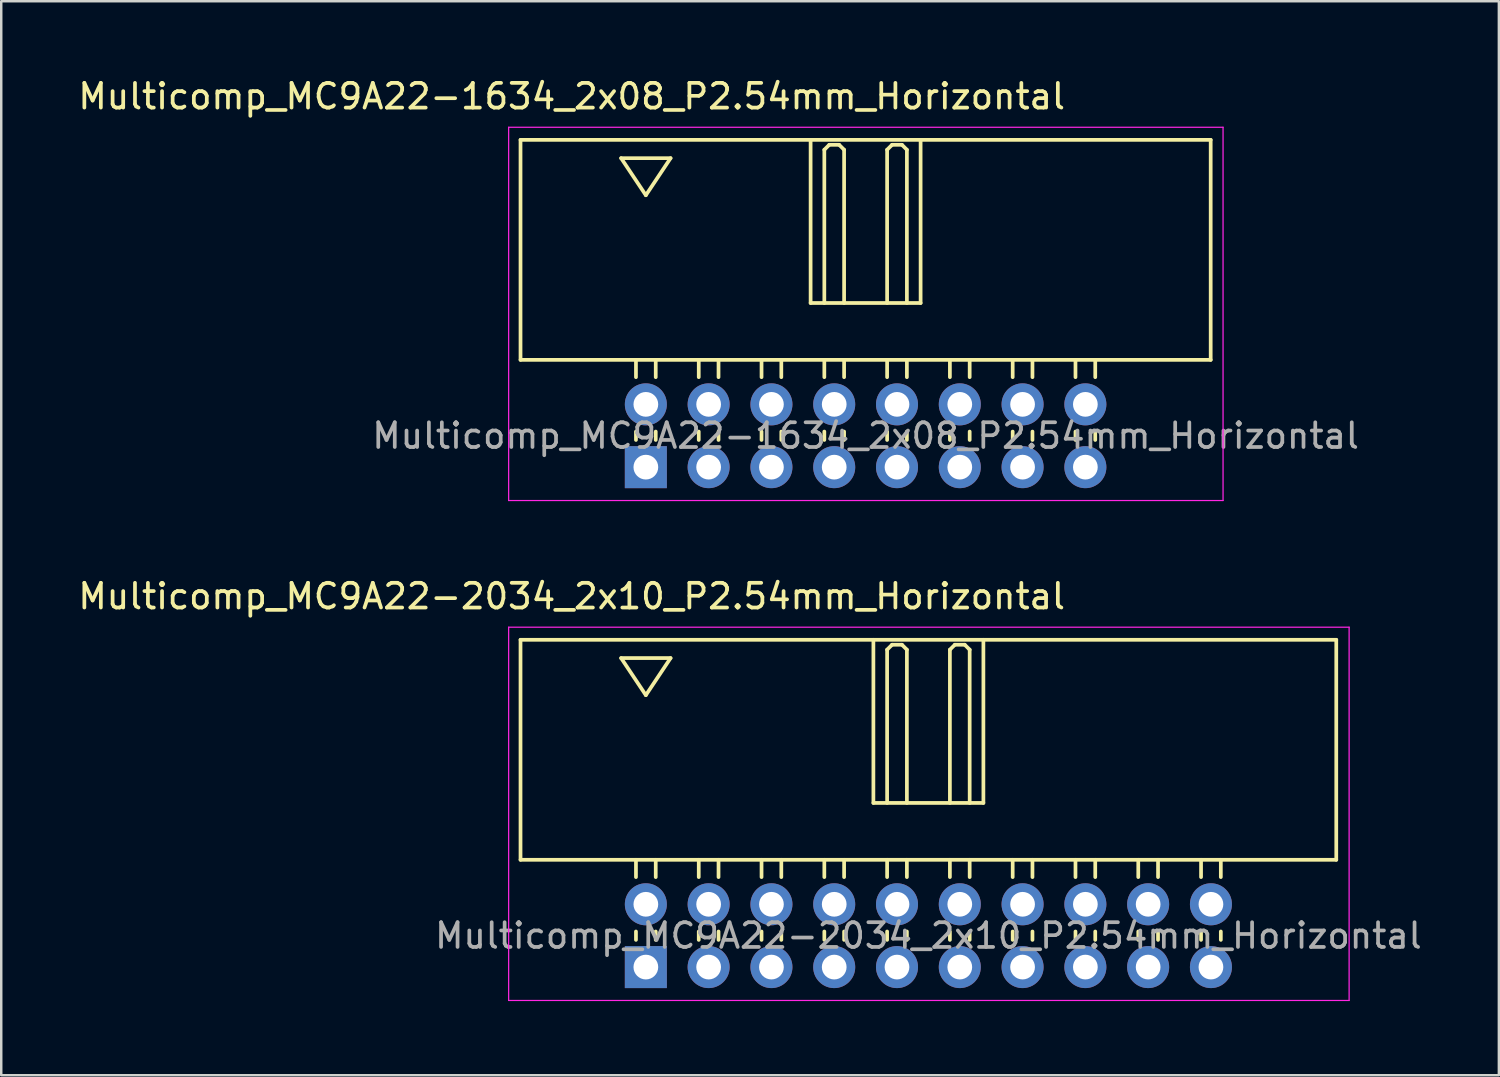
<source format=kicad_pcb>
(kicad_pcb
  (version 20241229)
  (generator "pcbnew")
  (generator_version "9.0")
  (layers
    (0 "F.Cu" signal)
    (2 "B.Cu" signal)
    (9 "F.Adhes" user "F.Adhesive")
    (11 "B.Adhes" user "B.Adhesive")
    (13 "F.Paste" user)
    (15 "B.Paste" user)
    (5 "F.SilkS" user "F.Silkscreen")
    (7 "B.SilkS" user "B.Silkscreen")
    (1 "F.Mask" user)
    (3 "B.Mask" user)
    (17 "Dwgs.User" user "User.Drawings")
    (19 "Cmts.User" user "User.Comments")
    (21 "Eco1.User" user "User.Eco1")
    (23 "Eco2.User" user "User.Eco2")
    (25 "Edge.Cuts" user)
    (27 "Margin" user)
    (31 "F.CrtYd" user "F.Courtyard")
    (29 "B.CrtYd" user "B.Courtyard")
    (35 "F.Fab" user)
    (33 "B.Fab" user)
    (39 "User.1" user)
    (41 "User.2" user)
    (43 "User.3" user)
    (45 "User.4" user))
  (footprint "Multicomp_MC9A22-1634_2x08_P2.54mm_Horizontal"
    (layer "F.Cu")
    (at 23.077 15.848)
    (property "Reference" "Multicomp_MC9A22-1634_2x08_P2.54mm_Horizontal" (at -3 -15 0) (layer "F.SilkS") (effects (font (size 1 1) (thickness 0.15))))
    (attr through_hole)
    (fp_line (start -5.07 -13.24) (end 22.85 -13.24) (stroke (width 0.15) (type solid)) (layer "F.SilkS"))
    (fp_line (start -5.07 -4.34) (end -5.07 -13.24) (stroke (width 0.15) (type solid)) (layer "F.SilkS"))
    (fp_line (start -1 -12.5) (end 1 -12.5) (stroke (width 0.15) (type solid)) (layer "F.SilkS"))
    (fp_line (start -0.4 -3.64) (end -0.4 -4.34) (stroke (width 0.15) (type solid)) (layer "F.SilkS"))
    (fp_line (start -0.4 -1.1) (end -0.4 -1.44) (stroke (width 0.15) (type solid)) (layer "F.SilkS"))
    (fp_line (start 0 -11) (end -1 -12.5) (stroke (width 0.15) (type solid)) (layer "F.SilkS"))
    (fp_line (start 0.4 -3.64) (end 0.4 -4.34) (stroke (width 0.15) (type solid)) (layer "F.SilkS"))
    (fp_line (start 0.4 -1.1) (end 0.4 -1.44) (stroke (width 0.15) (type solid)) (layer "F.SilkS"))
    (fp_line (start 1 -12.5) (end 0 -11) (stroke (width 0.15) (type solid)) (layer "F.SilkS"))
    (fp_line (start 2.14 -3.64) (end 2.14 -4.34) (stroke (width 0.15) (type solid)) (layer "F.SilkS"))
    (fp_line (start 2.14 -1.1) (end 2.14 -1.44) (stroke (width 0.15) (type solid)) (layer "F.SilkS"))
    (fp_line (start 2.94 -3.64) (end 2.94 -4.34) (stroke (width 0.15) (type solid)) (layer "F.SilkS"))
    (fp_line (start 2.94 -1.1) (end 2.94 -1.44) (stroke (width 0.15) (type solid)) (layer "F.SilkS"))
    (fp_line (start 4.68 -3.64) (end 4.68 -4.34) (stroke (width 0.15) (type solid)) (layer "F.SilkS"))
    (fp_line (start 4.68 -1.1) (end 4.68 -1.44) (stroke (width 0.15) (type solid)) (layer "F.SilkS"))
    (fp_line (start 5.48 -3.64) (end 5.48 -4.34) (stroke (width 0.15) (type solid)) (layer "F.SilkS"))
    (fp_line (start 5.48 -1.1) (end 5.48 -1.44) (stroke (width 0.15) (type solid)) (layer "F.SilkS"))
    (fp_line (start 6.665 -13.24) (end 6.665 -6.64) (stroke (width 0.15) (type solid)) (layer "F.SilkS"))
    (fp_line (start 6.665 -6.64) (end 11.115 -6.64) (stroke (width 0.15) (type solid)) (layer "F.SilkS"))
    (fp_line (start 7.22 -12.84) (end 7.42 -13.04) (stroke (width 0.15) (type solid)) (layer "F.SilkS"))
    (fp_line (start 7.22 -6.64) (end 7.22 -12.84) (stroke (width 0.15) (type solid)) (layer "F.SilkS"))
    (fp_line (start 7.22 -3.64) (end 7.22 -4.34) (stroke (width 0.15) (type solid)) (layer "F.SilkS"))
    (fp_line (start 7.22 -1.1) (end 7.22 -1.44) (stroke (width 0.15) (type solid)) (layer "F.SilkS"))
    (fp_line (start 7.42 -13.04) (end 7.82 -13.04) (stroke (width 0.15) (type solid)) (layer "F.SilkS"))
    (fp_line (start 7.82 -13.04) (end 8.02 -12.84) (stroke (width 0.15) (type solid)) (layer "F.SilkS"))
    (fp_line (start 8.02 -12.84) (end 8.02 -6.64) (stroke (width 0.15) (type solid)) (layer "F.SilkS"))
    (fp_line (start 8.02 -3.64) (end 8.02 -4.34) (stroke (width 0.15) (type solid)) (layer "F.SilkS"))
    (fp_line (start 8.02 -1.1) (end 8.02 -1.44) (stroke (width 0.15) (type solid)) (layer "F.SilkS"))
    (fp_line (start 9.76 -12.84) (end 9.96 -13.04) (stroke (width 0.15) (type solid)) (layer "F.SilkS"))
    (fp_line (start 9.76 -6.64) (end 9.76 -12.84) (stroke (width 0.15) (type solid)) (layer "F.SilkS"))
    (fp_line (start 9.76 -3.64) (end 9.76 -4.34) (stroke (width 0.15) (type solid)) (layer "F.SilkS"))
    (fp_line (start 9.76 -1.1) (end 9.76 -1.44) (stroke (width 0.15) (type solid)) (layer "F.SilkS"))
    (fp_line (start 9.96 -13.04) (end 10.36 -13.04) (stroke (width 0.15) (type solid)) (layer "F.SilkS"))
    (fp_line (start 10.36 -13.04) (end 10.56 -12.84) (stroke (width 0.15) (type solid)) (layer "F.SilkS"))
    (fp_line (start 10.56 -12.84) (end 10.56 -6.64) (stroke (width 0.15) (type solid)) (layer "F.SilkS"))
    (fp_line (start 10.56 -3.64) (end 10.56 -4.34) (stroke (width 0.15) (type solid)) (layer "F.SilkS"))
    (fp_line (start 10.56 -1.1) (end 10.56 -1.44) (stroke (width 0.15) (type solid)) (layer "F.SilkS"))
    (fp_line (start 11.115 -6.64) (end 11.115 -13.24) (stroke (width 0.15) (type solid)) (layer "F.SilkS"))
    (fp_line (start 12.3 -3.64) (end 12.3 -4.34) (stroke (width 0.15) (type solid)) (layer "F.SilkS"))
    (fp_line (start 12.3 -1.1) (end 12.3 -1.44) (stroke (width 0.15) (type solid)) (layer "F.SilkS"))
    (fp_line (start 13.1 -3.64) (end 13.1 -4.34) (stroke (width 0.15) (type solid)) (layer "F.SilkS"))
    (fp_line (start 13.1 -1.1) (end 13.1 -1.44) (stroke (width 0.15) (type solid)) (layer "F.SilkS"))
    (fp_line (start 14.84 -3.64) (end 14.84 -4.34) (stroke (width 0.15) (type solid)) (layer "F.SilkS"))
    (fp_line (start 14.84 -1.1) (end 14.84 -1.44) (stroke (width 0.15) (type solid)) (layer "F.SilkS"))
    (fp_line (start 15.64 -3.64) (end 15.64 -4.34) (stroke (width 0.15) (type solid)) (layer "F.SilkS"))
    (fp_line (start 15.64 -1.1) (end 15.64 -1.44) (stroke (width 0.15) (type solid)) (layer "F.SilkS"))
    (fp_line (start 17.38 -3.64) (end 17.38 -4.34) (stroke (width 0.15) (type solid)) (layer "F.SilkS"))
    (fp_line (start 17.38 -1.1) (end 17.38 -1.44) (stroke (width 0.15) (type solid)) (layer "F.SilkS"))
    (fp_line (start 18.18 -3.64) (end 18.18 -4.34) (stroke (width 0.15) (type solid)) (layer "F.SilkS"))
    (fp_line (start 18.18 -1.1) (end 18.18 -1.44) (stroke (width 0.15) (type solid)) (layer "F.SilkS"))
    (fp_line (start 22.85 -13.24) (end 22.85 -4.34) (stroke (width 0.15) (type solid)) (layer "F.SilkS"))
    (fp_line (start 22.85 -4.34) (end -5.07 -4.34) (stroke (width 0.15) (type solid)) (layer "F.SilkS"))
    (fp_line (start -5.55 -13.75) (end 23.35 -13.75) (stroke (width 0.05) (type solid)) (layer "F.CrtYd"))
    (fp_line (start -5.55 1.35) (end -5.55 -13.75) (stroke (width 0.05) (type solid)) (layer "F.CrtYd"))
    (fp_line (start 23.35 -13.75) (end 23.35 1.35) (stroke (width 0.05) (type solid)) (layer "F.CrtYd"))
    (fp_line (start 23.35 1.35) (end -5.55 1.35) (stroke (width 0.05) (type solid)) (layer "F.CrtYd"))
    (fp_text user "${REFERENCE}" (at 8.89 -1.27 0) (layer "F.Fab") (effects (font (size 1 1) (thickness 0.15))))
    (pad "1" thru_hole rect (at 0 0) (size 1.7 1.7) (drill 1) (layers "*.Cu" "*.Mask"))
    (pad "2" thru_hole circle (at 0 -2.54) (size 1.7 1.7) (drill 1) (layers "*.Cu" "*.Mask"))
    (pad "3" thru_hole circle (at 2.54 0) (size 1.7 1.7) (drill 1) (layers "*.Cu" "*.Mask"))
    (pad "4" thru_hole circle (at 2.54 -2.54) (size 1.7 1.7) (drill 1) (layers "*.Cu" "*.Mask"))
    (pad "5" thru_hole circle (at 5.08 0) (size 1.7 1.7) (drill 1) (layers "*.Cu" "*.Mask"))
    (pad "6" thru_hole circle (at 5.08 -2.54) (size 1.7 1.7) (drill 1) (layers "*.Cu" "*.Mask"))
    (pad "7" thru_hole circle (at 7.62 0) (size 1.7 1.7) (drill 1) (layers "*.Cu" "*.Mask"))
    (pad "8" thru_hole circle (at 7.62 -2.54) (size 1.7 1.7) (drill 1) (layers "*.Cu" "*.Mask"))
    (pad "9" thru_hole circle (at 10.16 0) (size 1.7 1.7) (drill 1) (layers "*.Cu" "*.Mask"))
    (pad "10" thru_hole circle (at 10.16 -2.54) (size 1.7 1.7) (drill 1) (layers "*.Cu" "*.Mask"))
    (pad "11" thru_hole circle (at 12.7 0) (size 1.7 1.7) (drill 1) (layers "*.Cu" "*.Mask"))
    (pad "12" thru_hole circle (at 12.7 -2.54) (size 1.7 1.7) (drill 1) (layers "*.Cu" "*.Mask"))
    (pad "13" thru_hole circle (at 15.24 0) (size 1.7 1.7) (drill 1) (layers "*.Cu" "*.Mask"))
    (pad "14" thru_hole circle (at 15.24 -2.54) (size 1.7 1.7) (drill 1) (layers "*.Cu" "*.Mask"))
    (pad "15" thru_hole circle (at 17.78 0) (size 1.7 1.7) (drill 1) (layers "*.Cu" "*.Mask"))
    (pad "16" thru_hole circle (at 17.78 -2.54) (size 1.7 1.7) (drill 1) (layers "*.Cu" "*.Mask")))
  (footprint "Multicomp_MC9A22-2034_2x10_P2.54mm_Horizontal"
    (layer "F.Cu")
    (at 23.077 36.072)
    (property "Reference" "Multicomp_MC9A22-2034_2x10_P2.54mm_Horizontal" (at -3 -15 0) (layer "F.SilkS") (effects (font (size 1 1) (thickness 0.15))))
    (attr through_hole)
    (fp_line (start -5.07 -13.24) (end 27.93 -13.24) (stroke (width 0.15) (type solid)) (layer "F.SilkS"))
    (fp_line (start -5.07 -4.34) (end -5.07 -13.24) (stroke (width 0.15) (type solid)) (layer "F.SilkS"))
    (fp_line (start -1 -12.5) (end 1 -12.5) (stroke (width 0.15) (type solid)) (layer "F.SilkS"))
    (fp_line (start -0.4 -3.64) (end -0.4 -4.34) (stroke (width 0.15) (type solid)) (layer "F.SilkS"))
    (fp_line (start -0.4 -1.1) (end -0.4 -1.44) (stroke (width 0.15) (type solid)) (layer "F.SilkS"))
    (fp_line (start 0 -11) (end -1 -12.5) (stroke (width 0.15) (type solid)) (layer "F.SilkS"))
    (fp_line (start 0.4 -3.64) (end 0.4 -4.34) (stroke (width 0.15) (type solid)) (layer "F.SilkS"))
    (fp_line (start 0.4 -1.1) (end 0.4 -1.44) (stroke (width 0.15) (type solid)) (layer "F.SilkS"))
    (fp_line (start 1 -12.5) (end 0 -11) (stroke (width 0.15) (type solid)) (layer "F.SilkS"))
    (fp_line (start 2.14 -3.64) (end 2.14 -4.34) (stroke (width 0.15) (type solid)) (layer "F.SilkS"))
    (fp_line (start 2.14 -1.1) (end 2.14 -1.44) (stroke (width 0.15) (type solid)) (layer "F.SilkS"))
    (fp_line (start 2.94 -3.64) (end 2.94 -4.34) (stroke (width 0.15) (type solid)) (layer "F.SilkS"))
    (fp_line (start 2.94 -1.1) (end 2.94 -1.44) (stroke (width 0.15) (type solid)) (layer "F.SilkS"))
    (fp_line (start 4.68 -3.64) (end 4.68 -4.34) (stroke (width 0.15) (type solid)) (layer "F.SilkS"))
    (fp_line (start 4.68 -1.1) (end 4.68 -1.44) (stroke (width 0.15) (type solid)) (layer "F.SilkS"))
    (fp_line (start 5.48 -3.64) (end 5.48 -4.34) (stroke (width 0.15) (type solid)) (layer "F.SilkS"))
    (fp_line (start 5.48 -1.1) (end 5.48 -1.44) (stroke (width 0.15) (type solid)) (layer "F.SilkS"))
    (fp_line (start 7.22 -3.64) (end 7.22 -4.34) (stroke (width 0.15) (type solid)) (layer "F.SilkS"))
    (fp_line (start 7.22 -1.1) (end 7.22 -1.44) (stroke (width 0.15) (type solid)) (layer "F.SilkS"))
    (fp_line (start 8.02 -3.64) (end 8.02 -4.34) (stroke (width 0.15) (type solid)) (layer "F.SilkS"))
    (fp_line (start 8.02 -1.1) (end 8.02 -1.44) (stroke (width 0.15) (type solid)) (layer "F.SilkS"))
    (fp_line (start 9.205 -13.24) (end 9.205 -6.64) (stroke (width 0.15) (type solid)) (layer "F.SilkS"))
    (fp_line (start 9.205 -6.64) (end 13.655 -6.64) (stroke (width 0.15) (type solid)) (layer "F.SilkS"))
    (fp_line (start 9.76 -12.84) (end 9.96 -13.04) (stroke (width 0.15) (type solid)) (layer "F.SilkS"))
    (fp_line (start 9.76 -6.64) (end 9.76 -12.84) (stroke (width 0.15) (type solid)) (layer "F.SilkS"))
    (fp_line (start 9.76 -3.64) (end 9.76 -4.34) (stroke (width 0.15) (type solid)) (layer "F.SilkS"))
    (fp_line (start 9.76 -1.1) (end 9.76 -1.44) (stroke (width 0.15) (type solid)) (layer "F.SilkS"))
    (fp_line (start 9.96 -13.04) (end 10.36 -13.04) (stroke (width 0.15) (type solid)) (layer "F.SilkS"))
    (fp_line (start 10.36 -13.04) (end 10.56 -12.84) (stroke (width 0.15) (type solid)) (layer "F.SilkS"))
    (fp_line (start 10.56 -12.84) (end 10.56 -6.64) (stroke (width 0.15) (type solid)) (layer "F.SilkS"))
    (fp_line (start 10.56 -3.64) (end 10.56 -4.34) (stroke (width 0.15) (type solid)) (layer "F.SilkS"))
    (fp_line (start 10.56 -1.1) (end 10.56 -1.44) (stroke (width 0.15) (type solid)) (layer "F.SilkS"))
    (fp_line (start 12.3 -12.84) (end 12.5 -13.04) (stroke (width 0.15) (type solid)) (layer "F.SilkS"))
    (fp_line (start 12.3 -6.64) (end 12.3 -12.84) (stroke (width 0.15) (type solid)) (layer "F.SilkS"))
    (fp_line (start 12.3 -3.64) (end 12.3 -4.34) (stroke (width 0.15) (type solid)) (layer "F.SilkS"))
    (fp_line (start 12.3 -1.1) (end 12.3 -1.44) (stroke (width 0.15) (type solid)) (layer "F.SilkS"))
    (fp_line (start 12.5 -13.04) (end 12.9 -13.04) (stroke (width 0.15) (type solid)) (layer "F.SilkS"))
    (fp_line (start 12.9 -13.04) (end 13.1 -12.84) (stroke (width 0.15) (type solid)) (layer "F.SilkS"))
    (fp_line (start 13.1 -12.84) (end 13.1 -6.64) (stroke (width 0.15) (type solid)) (layer "F.SilkS"))
    (fp_line (start 13.1 -3.64) (end 13.1 -4.34) (stroke (width 0.15) (type solid)) (layer "F.SilkS"))
    (fp_line (start 13.1 -1.1) (end 13.1 -1.44) (stroke (width 0.15) (type solid)) (layer "F.SilkS"))
    (fp_line (start 13.655 -6.64) (end 13.655 -13.24) (stroke (width 0.15) (type solid)) (layer "F.SilkS"))
    (fp_line (start 14.84 -3.64) (end 14.84 -4.34) (stroke (width 0.15) (type solid)) (layer "F.SilkS"))
    (fp_line (start 14.84 -1.1) (end 14.84 -1.44) (stroke (width 0.15) (type solid)) (layer "F.SilkS"))
    (fp_line (start 15.64 -3.64) (end 15.64 -4.34) (stroke (width 0.15) (type solid)) (layer "F.SilkS"))
    (fp_line (start 15.64 -1.1) (end 15.64 -1.44) (stroke (width 0.15) (type solid)) (layer "F.SilkS"))
    (fp_line (start 17.38 -3.64) (end 17.38 -4.34) (stroke (width 0.15) (type solid)) (layer "F.SilkS"))
    (fp_line (start 17.38 -1.1) (end 17.38 -1.44) (stroke (width 0.15) (type solid)) (layer "F.SilkS"))
    (fp_line (start 18.18 -3.64) (end 18.18 -4.34) (stroke (width 0.15) (type solid)) (layer "F.SilkS"))
    (fp_line (start 18.18 -1.1) (end 18.18 -1.44) (stroke (width 0.15) (type solid)) (layer "F.SilkS"))
    (fp_line (start 19.92 -3.64) (end 19.92 -4.34) (stroke (width 0.15) (type solid)) (layer "F.SilkS"))
    (fp_line (start 19.92 -1.1) (end 19.92 -1.44) (stroke (width 0.15) (type solid)) (layer "F.SilkS"))
    (fp_line (start 20.72 -3.64) (end 20.72 -4.34) (stroke (width 0.15) (type solid)) (layer "F.SilkS"))
    (fp_line (start 20.72 -1.1) (end 20.72 -1.44) (stroke (width 0.15) (type solid)) (layer "F.SilkS"))
    (fp_line (start 22.46 -3.64) (end 22.46 -4.34) (stroke (width 0.15) (type solid)) (layer "F.SilkS"))
    (fp_line (start 22.46 -1.1) (end 22.46 -1.44) (stroke (width 0.15) (type solid)) (layer "F.SilkS"))
    (fp_line (start 23.26 -3.64) (end 23.26 -4.34) (stroke (width 0.15) (type solid)) (layer "F.SilkS"))
    (fp_line (start 23.26 -1.1) (end 23.26 -1.44) (stroke (width 0.15) (type solid)) (layer "F.SilkS"))
    (fp_line (start 27.93 -13.24) (end 27.93 -4.34) (stroke (width 0.15) (type solid)) (layer "F.SilkS"))
    (fp_line (start 27.93 -4.34) (end -5.07 -4.34) (stroke (width 0.15) (type solid)) (layer "F.SilkS"))
    (fp_line (start -5.55 -13.75) (end 28.45 -13.75) (stroke (width 0.05) (type solid)) (layer "F.CrtYd"))
    (fp_line (start -5.55 1.35) (end -5.55 -13.75) (stroke (width 0.05) (type solid)) (layer "F.CrtYd"))
    (fp_line (start 28.45 -13.75) (end 28.45 1.35) (stroke (width 0.05) (type solid)) (layer "F.CrtYd"))
    (fp_line (start 28.45 1.35) (end -5.55 1.35) (stroke (width 0.05) (type solid)) (layer "F.CrtYd"))
    (fp_text user "${REFERENCE}" (at 11.43 -1.27 0) (layer "F.Fab") (effects (font (size 1 1) (thickness 0.15))))
    (pad "1" thru_hole rect (at 0 0) (size 1.7 1.7) (drill 1) (layers "*.Cu" "*.Mask"))
    (pad "2" thru_hole circle (at 0 -2.54) (size 1.7 1.7) (drill 1) (layers "*.Cu" "*.Mask"))
    (pad "3" thru_hole circle (at 2.54 0) (size 1.7 1.7) (drill 1) (layers "*.Cu" "*.Mask"))
    (pad "4" thru_hole circle (at 2.54 -2.54) (size 1.7 1.7) (drill 1) (layers "*.Cu" "*.Mask"))
    (pad "5" thru_hole circle (at 5.08 0) (size 1.7 1.7) (drill 1) (layers "*.Cu" "*.Mask"))
    (pad "6" thru_hole circle (at 5.08 -2.54) (size 1.7 1.7) (drill 1) (layers "*.Cu" "*.Mask"))
    (pad "7" thru_hole circle (at 7.62 0) (size 1.7 1.7) (drill 1) (layers "*.Cu" "*.Mask"))
    (pad "8" thru_hole circle (at 7.62 -2.54) (size 1.7 1.7) (drill 1) (layers "*.Cu" "*.Mask"))
    (pad "9" thru_hole circle (at 10.16 0) (size 1.7 1.7) (drill 1) (layers "*.Cu" "*.Mask"))
    (pad "10" thru_hole circle (at 10.16 -2.54) (size 1.7 1.7) (drill 1) (layers "*.Cu" "*.Mask"))
    (pad "11" thru_hole circle (at 12.7 0) (size 1.7 1.7) (drill 1) (layers "*.Cu" "*.Mask"))
    (pad "12" thru_hole circle (at 12.7 -2.54) (size 1.7 1.7) (drill 1) (layers "*.Cu" "*.Mask"))
    (pad "13" thru_hole circle (at 15.24 0) (size 1.7 1.7) (drill 1) (layers "*.Cu" "*.Mask"))
    (pad "14" thru_hole circle (at 15.24 -2.54) (size 1.7 1.7) (drill 1) (layers "*.Cu" "*.Mask"))
    (pad "15" thru_hole circle (at 17.78 0) (size 1.7 1.7) (drill 1) (layers "*.Cu" "*.Mask"))
    (pad "16" thru_hole circle (at 17.78 -2.54) (size 1.7 1.7) (drill 1) (layers "*.Cu" "*.Mask"))
    (pad "17" thru_hole circle (at 20.32 0) (size 1.7 1.7) (drill 1) (layers "*.Cu" "*.Mask"))
    (pad "18" thru_hole circle (at 20.32 -2.54) (size 1.7 1.7) (drill 1) (layers "*.Cu" "*.Mask"))
    (pad "19" thru_hole circle (at 22.86 0) (size 1.7 1.7) (drill 1) (layers "*.Cu" "*.Mask"))
    (pad "20" thru_hole circle (at 22.86 -2.54) (size 1.7 1.7) (drill 1) (layers "*.Cu" "*.Mask")))
  (gr_rect
    (start -3 -3)
    (end 57.585 40.447)
    (stroke (width 0.1) (type default))
    (fill no)
    (layer "Edge.Cuts")))
</source>
